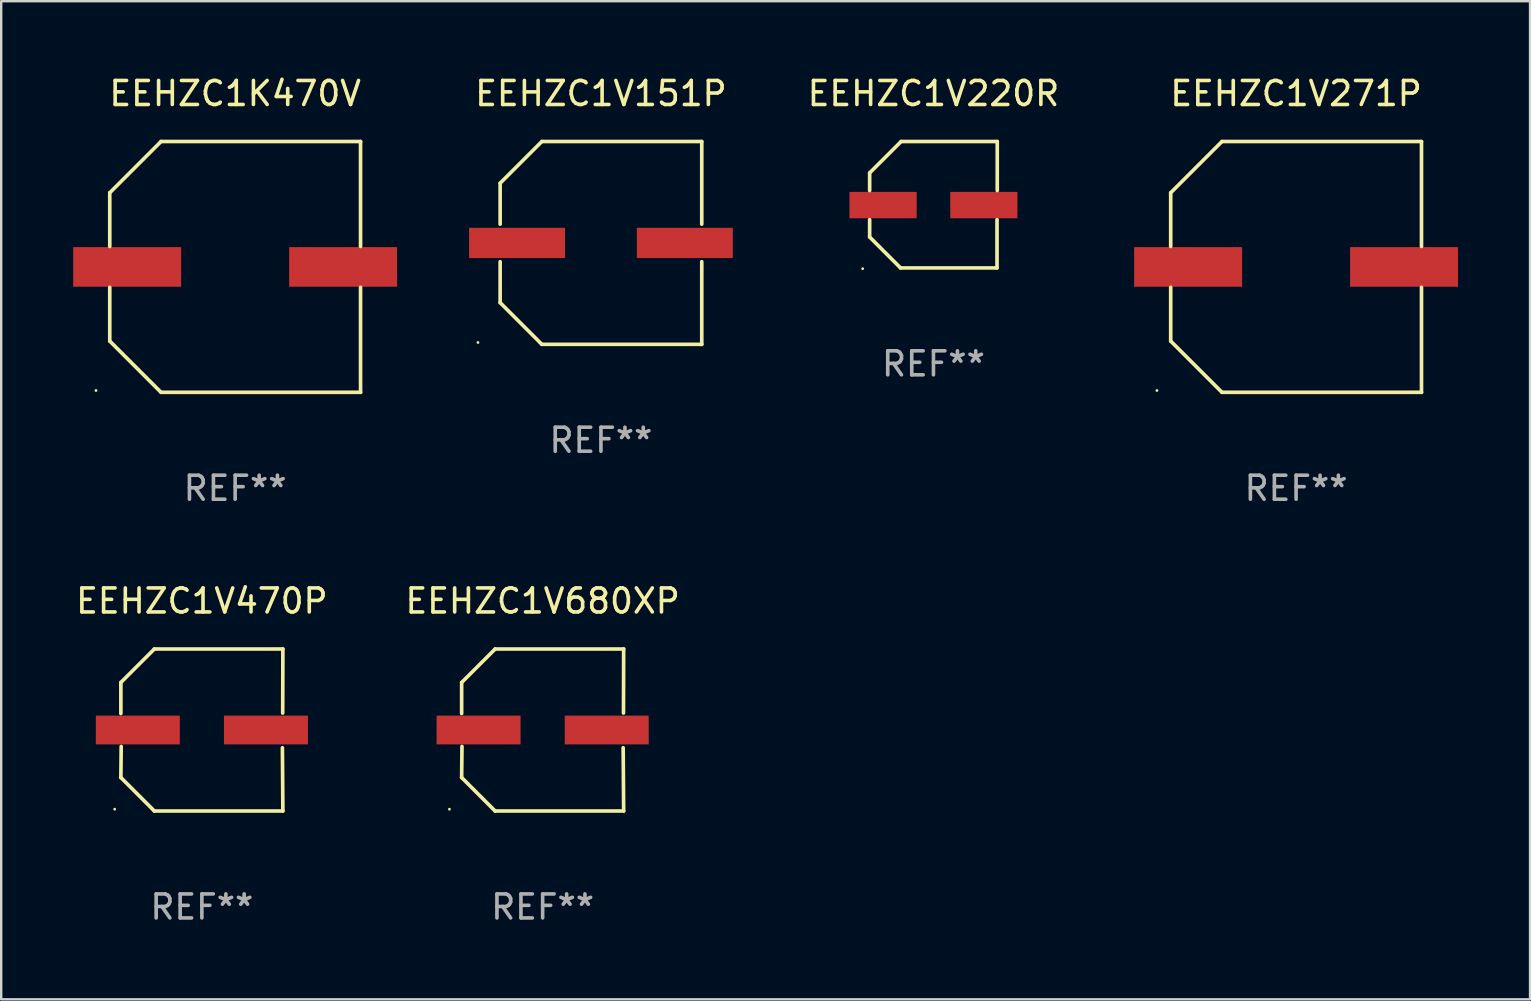
<source format=kicad_pcb>
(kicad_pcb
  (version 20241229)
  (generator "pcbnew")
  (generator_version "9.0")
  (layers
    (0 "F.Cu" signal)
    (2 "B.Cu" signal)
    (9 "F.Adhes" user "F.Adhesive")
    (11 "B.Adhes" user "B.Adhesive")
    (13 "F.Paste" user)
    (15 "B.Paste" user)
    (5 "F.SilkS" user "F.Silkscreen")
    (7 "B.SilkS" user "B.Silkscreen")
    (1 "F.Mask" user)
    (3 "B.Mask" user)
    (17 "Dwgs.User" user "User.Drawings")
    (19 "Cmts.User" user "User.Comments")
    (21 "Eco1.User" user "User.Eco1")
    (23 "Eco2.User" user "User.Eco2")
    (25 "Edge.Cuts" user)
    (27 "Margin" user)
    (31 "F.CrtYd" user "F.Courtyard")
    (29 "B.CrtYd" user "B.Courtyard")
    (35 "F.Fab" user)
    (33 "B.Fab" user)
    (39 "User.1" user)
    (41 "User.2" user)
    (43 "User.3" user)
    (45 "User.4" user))
  (footprint "EEHZC1V271P"
    (layer "F.Cu")
    (at 50.965 8.074)
    (property "Reference" "EEHZC1V271P" (at 0 -7.226 0) (layer "F.SilkS") (effects (font (size 1 1) (thickness 0.15))))
    (attr through_hole)
    (fp_line (start -5.226 -3.09) (end -5.226 -0.852) (stroke (width 0.152) (type solid)) (layer "F.SilkS"))
    (fp_line (start -5.226 3.09) (end -5.226 0.852) (stroke (width 0.152) (type solid)) (layer "F.SilkS"))
    (fp_line (start -3.09 -5.226) (end -5.226 -3.09) (stroke (width 0.152) (type solid)) (layer "F.SilkS"))
    (fp_line (start -3.09 5.226) (end -5.226 3.09) (stroke (width 0.152) (type solid)) (layer "F.SilkS"))
    (fp_line (start 5.226 -5.226) (end -3.09 -5.226) (stroke (width 0.152) (type solid)) (layer "F.SilkS"))
    (fp_line (start 5.226 -0.852) (end 5.226 -5.226) (stroke (width 0.152) (type solid)) (layer "F.SilkS"))
    (fp_line (start 5.226 0.852) (end 5.226 5.226) (stroke (width 0.152) (type solid)) (layer "F.SilkS"))
    (fp_line (start 5.226 5.226) (end -3.09 5.226) (stroke (width 0.152) (type solid)) (layer "F.SilkS"))
    (fp_circle (center -5.8 5.15) (end -5.77 5.15) (stroke (width 0.06) (type solid)) (fill no) (layer "F.SilkS"))
    (fp_text user "REF**" (at 0 9.226 0) (layer "F.Fab") (effects (font (size 1 1) (thickness 0.15))))
    (pad "1" smd rect (at -4.5 0) (size 4.5 1.65) (layers "F.Cu" "F.Mask" "F.Paste"))
    (pad "2" smd rect (at 4.5 0) (size 4.5 1.65) (layers "F.Cu" "F.Mask" "F.Paste")))
  (footprint "EEHZC1K470V"
    (layer "F.Cu")
    (at 6.75 8.074)
    (property "Reference" "EEHZC1K470V" (at 0 -7.226 0) (layer "F.SilkS") (effects (font (size 1 1) (thickness 0.15))))
    (attr through_hole)
    (fp_line (start -5.226 -3.09) (end -5.226 -0.852) (stroke (width 0.152) (type solid)) (layer "F.SilkS"))
    (fp_line (start -5.226 3.09) (end -5.226 0.852) (stroke (width 0.152) (type solid)) (layer "F.SilkS"))
    (fp_line (start -3.09 -5.226) (end -5.226 -3.09) (stroke (width 0.152) (type solid)) (layer "F.SilkS"))
    (fp_line (start -3.09 5.226) (end -5.226 3.09) (stroke (width 0.152) (type solid)) (layer "F.SilkS"))
    (fp_line (start 5.226 -5.226) (end -3.09 -5.226) (stroke (width 0.152) (type solid)) (layer "F.SilkS"))
    (fp_line (start 5.226 -0.852) (end 5.226 -5.226) (stroke (width 0.152) (type solid)) (layer "F.SilkS"))
    (fp_line (start 5.226 0.852) (end 5.226 5.226) (stroke (width 0.152) (type solid)) (layer "F.SilkS"))
    (fp_line (start 5.226 5.226) (end -3.09 5.226) (stroke (width 0.152) (type solid)) (layer "F.SilkS"))
    (fp_circle (center -5.8 5.15) (end -5.77 5.15) (stroke (width 0.06) (type solid)) (fill no) (layer "F.SilkS"))
    (fp_text user "REF**" (at 0 9.226 0) (layer "F.Fab") (effects (font (size 1 1) (thickness 0.15))))
    (pad "1" smd rect (at -4.5 0) (size 4.5 1.65) (layers "F.Cu" "F.Mask" "F.Paste"))
    (pad "2" smd rect (at 4.5 0) (size 4.5 1.65) (layers "F.Cu" "F.Mask" "F.Paste")))
  (footprint "EEHZC1V220R"
    (layer "F.Cu")
    (at 35.852 5.482)
    (property "Reference" "EEHZC1V220R" (at 0 -4.634 0) (layer "F.SilkS") (effects (font (size 1 1) (thickness 0.15))))
    (attr through_hole)
    (fp_line (start -2.659 -1.326) (end -2.659 -0.592) (stroke (width 0.152) (type solid)) (layer "F.SilkS"))
    (fp_line (start -2.659 1.346) (end -2.659 0.622) (stroke (width 0.152) (type solid)) (layer "F.SilkS"))
    (fp_line (start -1.372 2.634) (end -2.659 1.346) (stroke (width 0.152) (type solid)) (layer "F.SilkS"))
    (fp_line (start -1.349 -2.634) (end -2.659 -1.326) (stroke (width 0.152) (type solid)) (layer "F.SilkS"))
    (fp_line (start 2.649 0.622) (end 2.649 2.634) (stroke (width 0.152) (type solid)) (layer "F.SilkS"))
    (fp_line (start 2.649 2.634) (end -1.372 2.634) (stroke (width 0.152) (type solid)) (layer "F.SilkS"))
    (fp_line (start 2.659 -2.634) (end -1.349 -2.634) (stroke (width 0.152) (type solid)) (layer "F.SilkS"))
    (fp_line (start 2.659 -0.592) (end 2.659 -2.634) (stroke (width 0.152) (type solid)) (layer "F.SilkS"))
    (fp_circle (center -2.95 2.665) (end -2.92 2.665) (stroke (width 0.06) (type solid)) (fill no) (layer "F.SilkS"))
    (fp_text user "REF**" (at 0 6.634 0) (layer "F.Fab") (effects (font (size 1 1) (thickness 0.15))))
    (pad "1" smd rect (at -2.1 0.015) (size 2.8 1.1) (layers "F.Cu" "F.Mask" "F.Paste"))
    (pad "2" smd rect (at 2.1 0.015) (size 2.8 1.1) (layers "F.Cu" "F.Mask" "F.Paste")))
  (footprint "EEHZC1V680XP"
    (layer "F.Cu")
    (at 19.565 27.373)
    (property "Reference" "EEHZC1V680XP" (at 0 -5.376 0) (layer "F.SilkS") (effects (font (size 1 1) (thickness 0.15))))
    (attr through_hole)
    (fp_line (start -3.376 -1.98) (end -3.376 -0.686) (stroke (width 0.152) (type solid)) (layer "F.SilkS"))
    (fp_line (start -3.376 1.981) (end -3.362 0.686) (stroke (width 0.152) (type solid)) (layer "F.SilkS"))
    (fp_line (start -1.981 3.376) (end -3.376 1.981) (stroke (width 0.152) (type solid)) (layer "F.SilkS"))
    (fp_line (start -1.98 -3.376) (end -3.376 -1.98) (stroke (width 0.152) (type solid)) (layer "F.SilkS"))
    (fp_line (start 3.356 0.74) (end 3.376 3.376) (stroke (width 0.152) (type solid)) (layer "F.SilkS"))
    (fp_line (start 3.369 -0.707) (end 3.376 -3.376) (stroke (width 0.152) (type solid)) (layer "F.SilkS"))
    (fp_line (start 3.376 3.376) (end -1.981 3.376) (stroke (width 0.152) (type solid)) (layer "F.SilkS"))
    (fp_line (start 3.376 -3.376) (end -1.98 -3.376) (stroke (width 0.152) (type solid)) (layer "F.SilkS"))
    (fp_circle (center -3.884 3.3) (end -3.854 3.3) (stroke (width 0.06) (type solid)) (fill no) (layer "F.SilkS"))
    (fp_text user "REF**" (at 0 7.376 0) (layer "F.Fab") (effects (font (size 1 1) (thickness 0.15))))
    (pad "1" smd rect (at -2.67 0.000178) (size 3.5 1.2) (layers "F.Cu" "F.Mask" "F.Paste"))
    (pad "2" smd rect (at 2.67 0.000178) (size 3.5 1.2) (layers "F.Cu" "F.Mask" "F.Paste")))
  (footprint "EEHZC1V151P"
    (layer "F.Cu")
    (at 21.995 7.074)
    (property "Reference" "EEHZC1V151P" (at 0 -6.226 0) (layer "F.SilkS") (effects (font (size 1 1) (thickness 0.15))))
    (attr through_hole)
    (fp_line (start -4.201 -2.49) (end -4.201 -0.782) (stroke (width 0.152) (type solid)) (layer "F.SilkS"))
    (fp_line (start -4.201 2.49) (end -4.201 0.782) (stroke (width 0.152) (type solid)) (layer "F.SilkS"))
    (fp_line (start -2.465 -4.226) (end -4.201 -2.49) (stroke (width 0.152) (type solid)) (layer "F.SilkS"))
    (fp_line (start -2.465 4.226) (end -4.201 2.49) (stroke (width 0.152) (type solid)) (layer "F.SilkS"))
    (fp_line (start 4.201 -4.226) (end -2.465 -4.226) (stroke (width 0.152) (type solid)) (layer "F.SilkS"))
    (fp_line (start 4.201 -0.782) (end 4.201 -4.226) (stroke (width 0.152) (type solid)) (layer "F.SilkS"))
    (fp_line (start 4.201 0.782) (end 4.201 4.226) (stroke (width 0.152) (type solid)) (layer "F.SilkS"))
    (fp_line (start 4.201 4.226) (end -2.465 4.226) (stroke (width 0.152) (type solid)) (layer "F.SilkS"))
    (fp_circle (center -5.125 4.15) (end -5.095 4.15) (stroke (width 0.06) (type solid)) (fill no) (layer "F.SilkS"))
    (fp_text user "REF**" (at 0 8.226 0) (layer "F.Fab") (effects (font (size 1 1) (thickness 0.15))))
    (pad "1" smd rect (at -3.495 0.000025) (size 4 1.26) (layers "F.Cu" "F.Mask" "F.Paste"))
    (pad "2" smd rect (at 3.495 0.000025) (size 4 1.26) (layers "F.Cu" "F.Mask" "F.Paste")))
  (footprint "EEHZC1V470P"
    (layer "F.Cu")
    (at 5.363 27.373)
    (property "Reference" "EEHZC1V470P" (at 0 -5.376 0) (layer "F.SilkS") (effects (font (size 1 1) (thickness 0.15))))
    (attr through_hole)
    (fp_line (start -3.376 -1.98) (end -3.376 -0.686) (stroke (width 0.152) (type solid)) (layer "F.SilkS"))
    (fp_line (start -3.376 1.981) (end -3.362 0.686) (stroke (width 0.152) (type solid)) (layer "F.SilkS"))
    (fp_line (start -1.981 3.376) (end -3.376 1.981) (stroke (width 0.152) (type solid)) (layer "F.SilkS"))
    (fp_line (start -1.98 -3.376) (end -3.376 -1.98) (stroke (width 0.152) (type solid)) (layer "F.SilkS"))
    (fp_line (start 3.356 0.74) (end 3.376 3.376) (stroke (width 0.152) (type solid)) (layer "F.SilkS"))
    (fp_line (start 3.369 -0.707) (end 3.376 -3.376) (stroke (width 0.152) (type solid)) (layer "F.SilkS"))
    (fp_line (start 3.376 3.376) (end -1.981 3.376) (stroke (width 0.152) (type solid)) (layer "F.SilkS"))
    (fp_line (start 3.376 -3.376) (end -1.98 -3.376) (stroke (width 0.152) (type solid)) (layer "F.SilkS"))
    (fp_circle (center -3.634 3.3) (end -3.604 3.3) (stroke (width 0.06) (type solid)) (fill no) (layer "F.SilkS"))
    (fp_text user "REF**" (at 0 7.376 0) (layer "F.Fab") (effects (font (size 1 1) (thickness 0.15))))
    (pad "1" smd rect (at -2.67 0.000254) (size 3.5 1.2) (layers "F.Cu" "F.Mask" "F.Paste"))
    (pad "2" smd rect (at 2.67 0.000254) (size 3.5 1.2) (layers "F.Cu" "F.Mask" "F.Paste")))
  (gr_rect
    (start -3 -3)
    (end 60.715 38.597)
    (stroke (width 0.1) (type default))
    (fill no)
    (layer "Edge.Cuts")))
</source>
